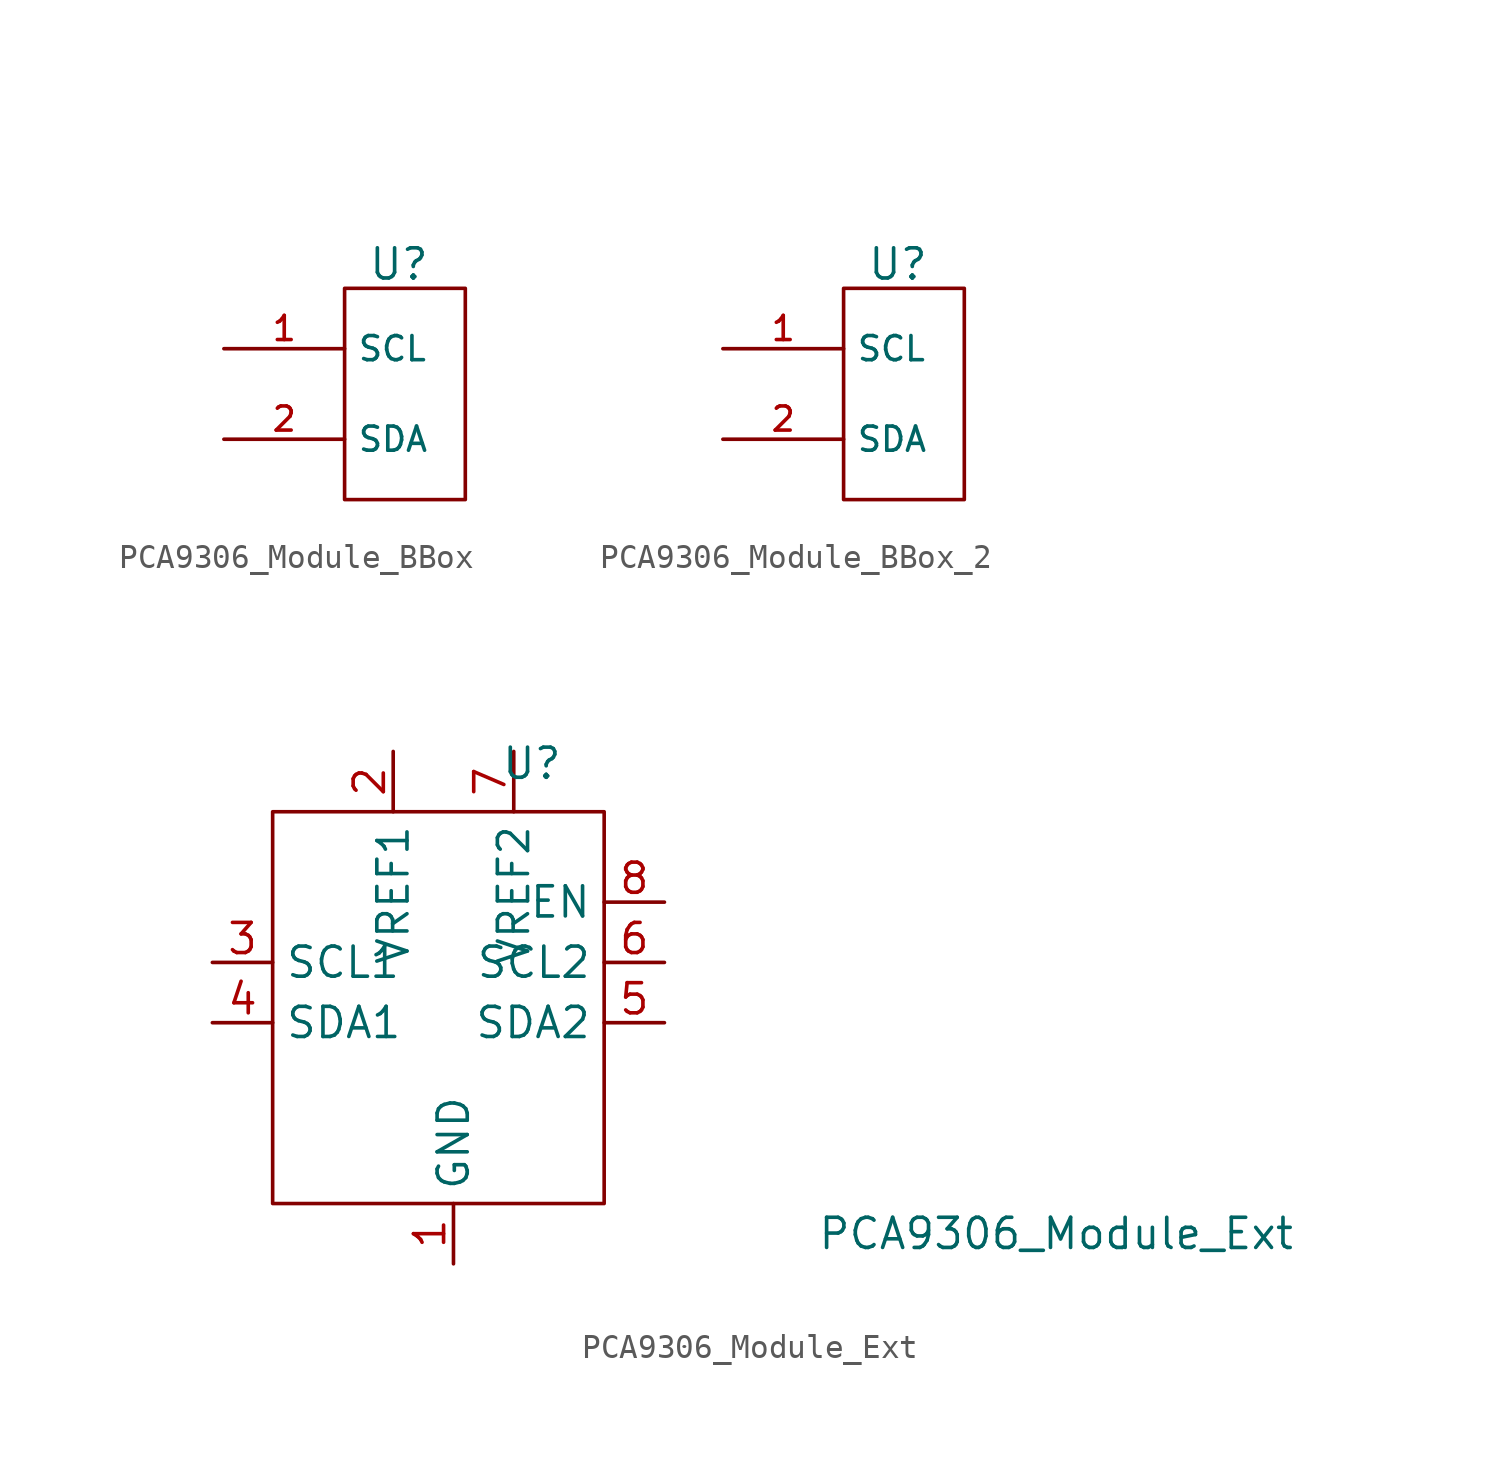
<source format=kicad_sym>
(kicad_symbol_lib
  (version 20241209)
  (generator "kicad_symbol_editor")
  (generator_version "9.0")
  (symbol "PCA9306_Module_BBox"
    (property "Reference" "U"
      (at 11.176 -5.334 0)
      (effects (font (size 1.27 1.27))))
    (property "Value" ""
      (at 0 0 0)
      (effects (font (size 1.27 1.27))))
    (symbol "PCA9306_Module_BBox_0_1"
      (rectangle (start 8.89 -6.35) (end 13.97 -15.24) (stroke (width 0) (type default)) (fill (type none))))
    (symbol "PCA9306_Module_BBox_1_0"
      (pin bidirectional line (at 3.81 -8.89 0) (length 5.08) (name "SCL" (effects (font (size 1.016 1.016)))) (number "1" (effects (font (size 1.016 1.016)))))
      (pin bidirectional line (at 3.81 -12.7 0) (length 5.08) (name "SDA" (effects (font (size 1.016 1.016)))) (number "2" (effects (font (size 1.016 1.016)))))))
  (symbol "PCA9306_Module_BBox_2"
    (property "Reference" "U"
      (at 11.176 -5.334 0)
      (effects (font (size 1.27 1.27))))
    (property "Value" ""
      (at 0 0 0)
      (effects (font (size 1.27 1.27))))
    (symbol "PCA9306_Module_BBox_2_0_1"
      (rectangle (start 8.89 -6.35) (end 13.97 -15.24) (stroke (width 0) (type default)) (fill (type none))))
    (symbol "PCA9306_Module_BBox_2_1_0"
      (pin bidirectional line (at 3.81 -8.89 0) (length 5.08) (name "SCL" (effects (font (size 1.016 1.016)))) (number "1" (effects (font (size 1.016 1.016)))))
      (pin bidirectional line (at 3.81 -12.7 0) (length 5.08) (name "SDA" (effects (font (size 1.016 1.016)))) (number "2" (effects (font (size 1.016 1.016)))))))
  (symbol "PCA9306_Module_Ext"
    (property "Reference" "U"
      (at -22.098 19.812 0)
      (effects (font (size 1.27 1.27))))
    (property "Value" "PCA9306_Module_Ext"
      (at 0 0 0)
      (effects (font (size 1.27 1.27))))
    (symbol "PCA9306_Module_Ext_0_1"
      (rectangle (start -33.02 17.78) (end -19.05 1.27) (stroke (width 0) (type default)) (fill (type none))))
    (symbol "PCA9306_Module_Ext_1_1"
      (pin bidirectional line (at -35.56 11.43 0) (length 2.54) (name "SCL1" (effects (font (size 1.27 1.27)))) (number "3" (effects (font (size 1.27 1.27)))))
      (pin bidirectional line (at -35.56 8.89 0) (length 2.54) (name "SDA1" (effects (font (size 1.27 1.27)))) (number "4" (effects (font (size 1.27 1.27)))))
      (pin power_in line (at -27.94 20.32 270) (length 2.54) (name "VREF1" (effects (font (size 1.27 1.27)))) (number "2" (effects (font (size 1.27 1.27)))))
      (pin power_in line (at -25.4 -1.27 90) (length 2.54) (name "GND" (effects (font (size 1.27 1.27)))) (number "1" (effects (font (size 1.27 1.27)))))
      (pin power_in line (at -22.86 20.32 270) (length 2.54) (name "VREF2" (effects (font (size 1.27 1.27)))) (number "7" (effects (font (size 1.27 1.27)))))
      (pin input line (at -16.51 13.97 180) (length 2.54) (name "EN" (effects (font (size 1.27 1.27)))) (number "8" (effects (font (size 1.27 1.27)))))
      (pin bidirectional line (at -16.51 11.43 180) (length 2.54) (name "SCL2" (effects (font (size 1.27 1.27)))) (number "6" (effects (font (size 1.27 1.27)))))
      (pin bidirectional line (at -16.51 8.89 180) (length 2.54) (name "SDA2" (effects (font (size 1.27 1.27)))) (number "5" (effects (font (size 1.27 1.27))))))))
</source>
